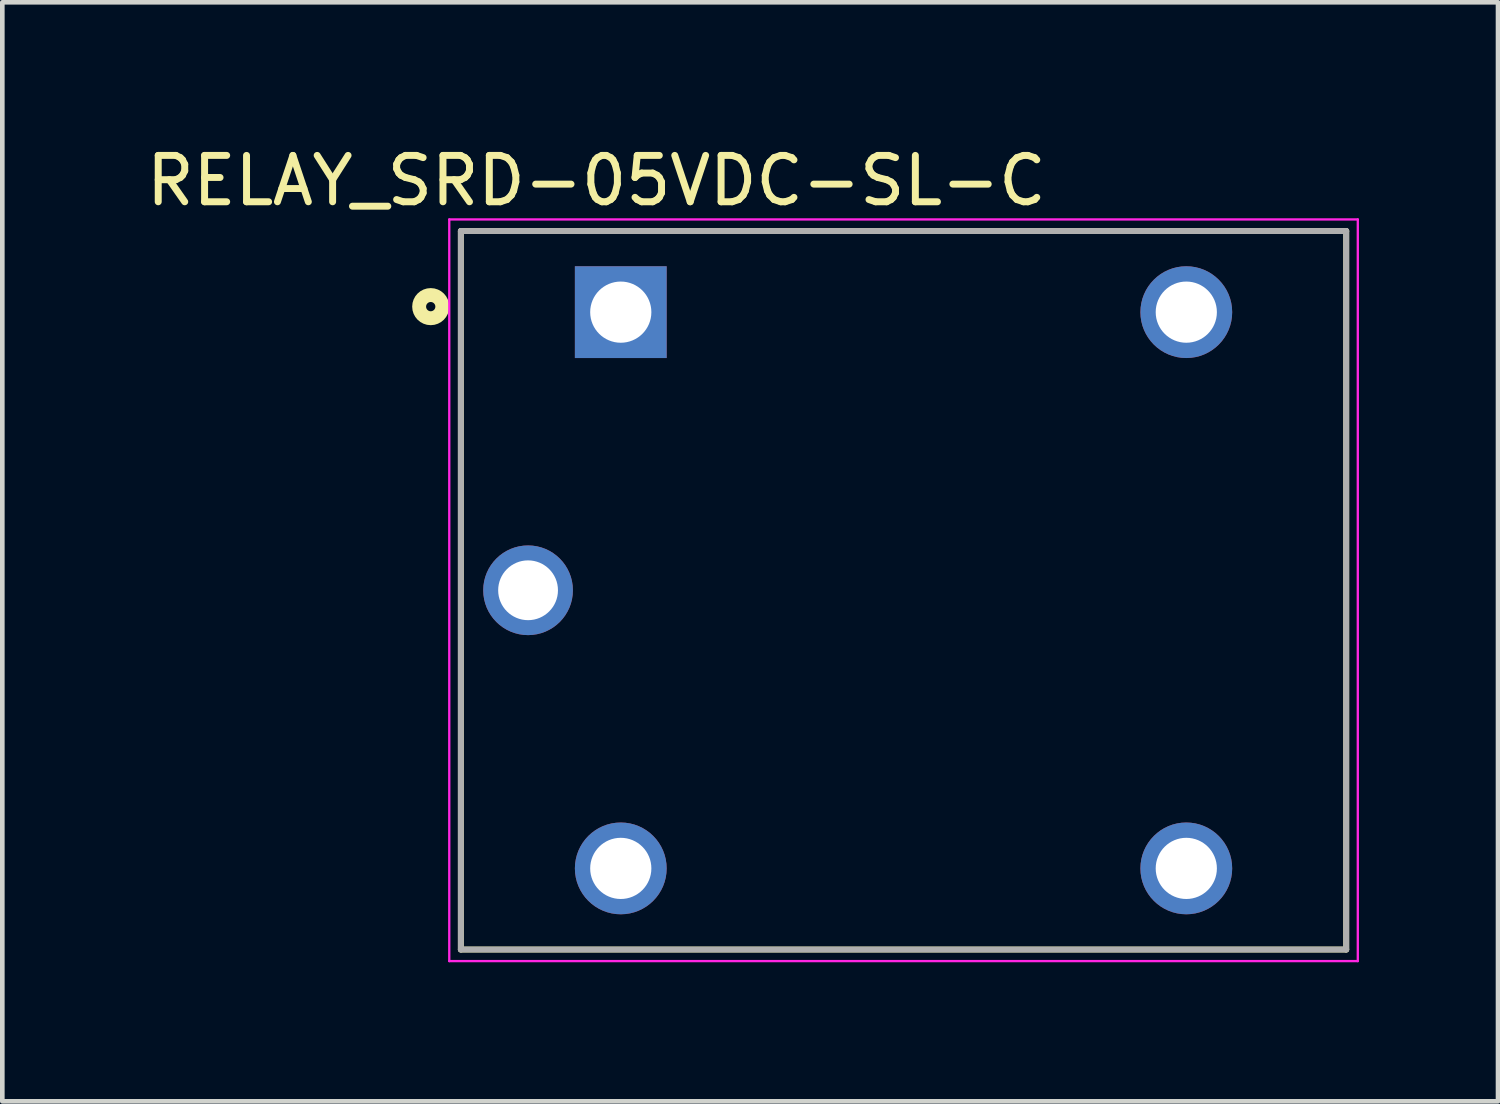
<source format=kicad_pcb>
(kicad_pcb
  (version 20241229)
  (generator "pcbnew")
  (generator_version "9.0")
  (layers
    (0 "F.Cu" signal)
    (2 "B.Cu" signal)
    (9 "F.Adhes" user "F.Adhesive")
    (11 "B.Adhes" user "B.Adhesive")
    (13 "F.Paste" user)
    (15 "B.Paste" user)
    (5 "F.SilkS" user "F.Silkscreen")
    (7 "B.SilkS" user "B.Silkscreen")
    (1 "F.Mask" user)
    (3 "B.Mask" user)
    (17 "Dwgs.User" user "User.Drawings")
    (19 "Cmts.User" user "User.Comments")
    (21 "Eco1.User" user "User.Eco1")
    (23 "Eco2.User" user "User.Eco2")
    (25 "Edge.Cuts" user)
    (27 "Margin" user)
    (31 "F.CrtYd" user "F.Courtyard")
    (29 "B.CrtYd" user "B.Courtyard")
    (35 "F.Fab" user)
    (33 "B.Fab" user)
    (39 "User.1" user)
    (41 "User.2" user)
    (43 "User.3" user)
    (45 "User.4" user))
  (footprint "RELAY_SRD-05VDC-SL-C"
    (layer "F.Cu")
    (at 16.442 9.684)
    (property "Reference" "RELAY_SRD-05VDC-SL-C" (at -6.626 -8.836 0) (layer "F.SilkS") (effects (font (size 1 1) (thickness 0.15))))
    (attr through_hole)
    (fp_line (start -9.55 -7.75) (end 9.55 -7.75) (stroke (width 0.127) (type solid)) (layer "F.SilkS"))
    (fp_line (start -9.55 7.75) (end -9.55 -7.75) (stroke (width 0.127) (type solid)) (layer "F.SilkS"))
    (fp_line (start 9.55 -7.75) (end 9.55 7.75) (stroke (width 0.127) (type solid)) (layer "F.SilkS"))
    (fp_line (start 9.55 7.75) (end -9.55 7.75) (stroke (width 0.127) (type solid)) (layer "F.SilkS"))
    (fp_circle (center -10.2 -6.119) (end -10.1 -6.119) (stroke (width 0.3) (type solid)) (fill no) (layer "F.SilkS"))
    (fp_line (start -9.8 -8) (end 9.8 -8) (stroke (width 0.05) (type solid)) (layer "F.CrtYd"))
    (fp_line (start -9.8 8) (end -9.8 -8) (stroke (width 0.05) (type solid)) (layer "F.CrtYd"))
    (fp_line (start 9.8 -8) (end 9.8 8) (stroke (width 0.05) (type solid)) (layer "F.CrtYd"))
    (fp_line (start 9.8 8) (end -9.8 8) (stroke (width 0.05) (type solid)) (layer "F.CrtYd"))
    (fp_line (start -9.55 -7.75) (end 9.55 -7.75) (stroke (width 0.127) (type solid)) (layer "F.Fab"))
    (fp_line (start -9.55 7.75) (end -9.55 -7.75) (stroke (width 0.127) (type solid)) (layer "F.Fab"))
    (fp_line (start 9.55 -7.75) (end 9.55 7.75) (stroke (width 0.127) (type solid)) (layer "F.Fab"))
    (fp_line (start 9.55 7.75) (end -9.55 7.75) (stroke (width 0.127) (type solid)) (layer "F.Fab"))
    (pad "A1" thru_hole rect (at -6.1 -6) (size 1.98 1.98) (drill 1.32) (layers "*.Cu" "*.Mask"))
    (pad "A2" thru_hole circle (at -6.1 6) (size 1.98 1.98) (drill 1.32) (layers "*.Cu" "*.Mask"))
    (pad "COM" thru_hole circle (at -8.1 0) (size 1.935 1.935) (drill 1.29) (layers "*.Cu" "*.Mask"))
    (pad "NC" thru_hole circle (at 6.1 -6) (size 1.98 1.98) (drill 1.32) (layers "*.Cu" "*.Mask"))
    (pad "NO" thru_hole circle (at 6.1 6) (size 1.98 1.98) (drill 1.32) (layers "*.Cu" "*.Mask")))
  (gr_rect
    (start -3 -3)
    (end 29.267 20.709)
    (stroke (width 0.1) (type default))
    (fill no)
    (layer "Edge.Cuts")))
</source>
